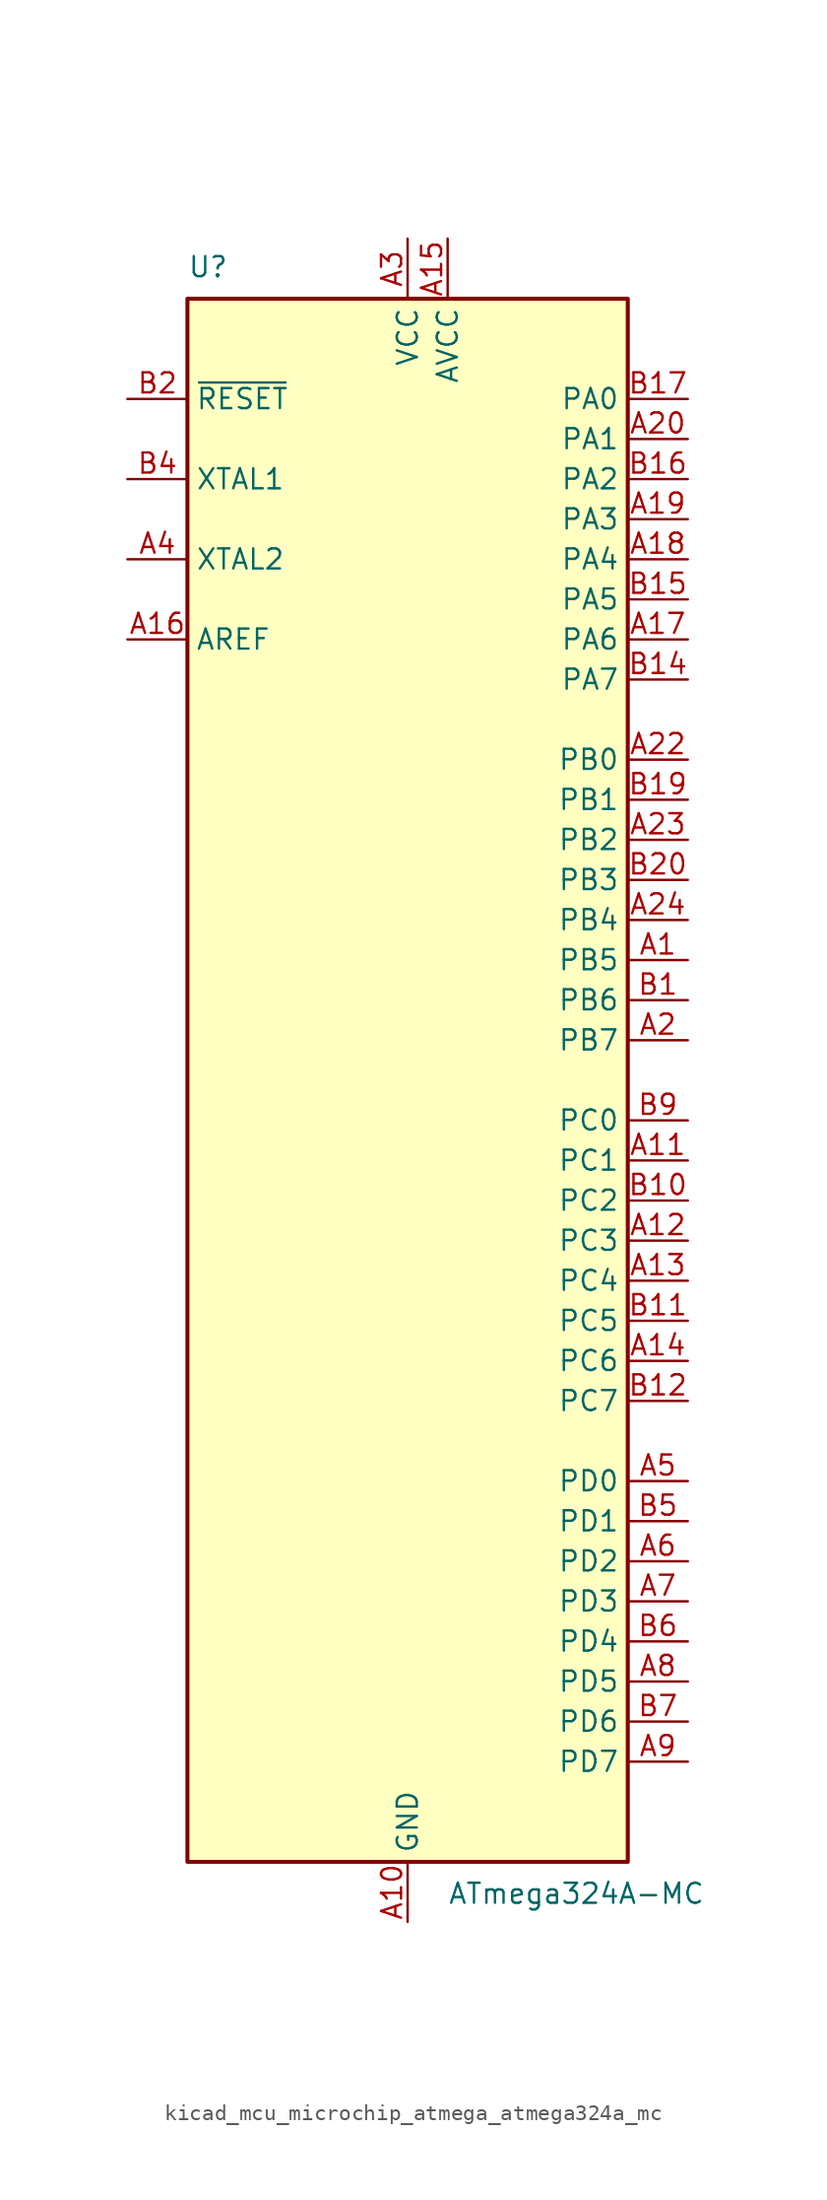
<source format=kicad_sym>
(kicad_symbol_lib
  (version 20220914)
  (generator kicad_symbol_editor)
  (symbol "kicad_mcu_microchip_atmega_atmega324a_mc"
    (property "Reference" "U"
      (at -13.97 50.8 0)
      (effects (font (size 1.27 1.27)) (justify left bottom)))
    (property "Value" "ATmega324A-MC"
      (at 2.54 -50.8 0)
      (effects (font (size 1.27 1.27)) (justify left top)))
    (symbol "kicad_mcu_microchip_atmega_atmega324a_mc_0_1"
      (rectangle (start -13.97 -49.53) (end 13.97 49.53) (stroke (width 0.254) (type default)) (fill (type background))))
    (symbol "kicad_mcu_microchip_atmega_atmega324a_mc_1_1"
      (pin bidirectional line (at 17.78 7.62 180) (length 3.81) (name "PB5" (effects (font (size 1.27 1.27)))) (number "A1" (effects (font (size 1.27 1.27)))))
      (pin power_in line (at 0 -53.34 90) (length 3.81) (name "GND" (effects (font (size 1.27 1.27)))) (number "A10" (effects (font (size 1.27 1.27)))))
      (pin bidirectional line (at 17.78 -5.08 180) (length 3.81) (name "PC1" (effects (font (size 1.27 1.27)))) (number "A11" (effects (font (size 1.27 1.27)))))
      (pin bidirectional line (at 17.78 -10.16 180) (length 3.81) (name "PC3" (effects (font (size 1.27 1.27)))) (number "A12" (effects (font (size 1.27 1.27)))))
      (pin bidirectional line (at 17.78 -12.7 180) (length 3.81) (name "PC4" (effects (font (size 1.27 1.27)))) (number "A13" (effects (font (size 1.27 1.27)))))
      (pin bidirectional line (at 17.78 -17.78 180) (length 3.81) (name "PC6" (effects (font (size 1.27 1.27)))) (number "A14" (effects (font (size 1.27 1.27)))))
      (pin power_in line (at 2.54 53.34 270) (length 3.81) (name "AVCC" (effects (font (size 1.27 1.27)))) (number "A15" (effects (font (size 1.27 1.27)))))
      (pin passive line (at -17.78 27.94 0) (length 3.81) (name "AREF" (effects (font (size 1.27 1.27)))) (number "A16" (effects (font (size 1.27 1.27)))))
      (pin bidirectional line (at 17.78 27.94 180) (length 3.81) (name "PA6" (effects (font (size 1.27 1.27)))) (number "A17" (effects (font (size 1.27 1.27)))))
      (pin bidirectional line (at 17.78 33.02 180) (length 3.81) (name "PA4" (effects (font (size 1.27 1.27)))) (number "A18" (effects (font (size 1.27 1.27)))))
      (pin bidirectional line (at 17.78 35.56 180) (length 3.81) (name "PA3" (effects (font (size 1.27 1.27)))) (number "A19" (effects (font (size 1.27 1.27)))))
      (pin bidirectional line (at 17.78 2.54 180) (length 3.81) (name "PB7" (effects (font (size 1.27 1.27)))) (number "A2" (effects (font (size 1.27 1.27)))))
      (pin bidirectional line (at 17.78 40.64 180) (length 3.81) (name "PA1" (effects (font (size 1.27 1.27)))) (number "A20" (effects (font (size 1.27 1.27)))))
      (pin passive line (at 0 53.34 270) (length 3.81) hide (name "VCC" (effects (font (size 1.27 1.27)))) (number "A21" (effects (font (size 1.27 1.27)))))
      (pin bidirectional line (at 17.78 20.32 180) (length 3.81) (name "PB0" (effects (font (size 1.27 1.27)))) (number "A22" (effects (font (size 1.27 1.27)))))
      (pin bidirectional line (at 17.78 15.24 180) (length 3.81) (name "PB2" (effects (font (size 1.27 1.27)))) (number "A23" (effects (font (size 1.27 1.27)))))
      (pin bidirectional line (at 17.78 10.16 180) (length 3.81) (name "PB4" (effects (font (size 1.27 1.27)))) (number "A24" (effects (font (size 1.27 1.27)))))
      (pin power_in line (at 0 53.34 270) (length 3.81) (name "VCC" (effects (font (size 1.27 1.27)))) (number "A3" (effects (font (size 1.27 1.27)))))
      (pin output line (at -17.78 33.02 0) (length 3.81) (name "XTAL2" (effects (font (size 1.27 1.27)))) (number "A4" (effects (font (size 1.27 1.27)))))
      (pin bidirectional line (at 17.78 -25.4 180) (length 3.81) (name "PD0" (effects (font (size 1.27 1.27)))) (number "A5" (effects (font (size 1.27 1.27)))))
      (pin bidirectional line (at 17.78 -30.48 180) (length 3.81) (name "PD2" (effects (font (size 1.27 1.27)))) (number "A6" (effects (font (size 1.27 1.27)))))
      (pin bidirectional line (at 17.78 -33.02 180) (length 3.81) (name "PD3" (effects (font (size 1.27 1.27)))) (number "A7" (effects (font (size 1.27 1.27)))))
      (pin bidirectional line (at 17.78 -38.1 180) (length 3.81) (name "PD5" (effects (font (size 1.27 1.27)))) (number "A8" (effects (font (size 1.27 1.27)))))
      (pin bidirectional line (at 17.78 -43.18 180) (length 3.81) (name "PD7" (effects (font (size 1.27 1.27)))) (number "A9" (effects (font (size 1.27 1.27)))))
      (pin bidirectional line (at 17.78 5.08 180) (length 3.81) (name "PB6" (effects (font (size 1.27 1.27)))) (number "B1" (effects (font (size 1.27 1.27)))))
      (pin bidirectional line (at 17.78 -7.62 180) (length 3.81) (name "PC2" (effects (font (size 1.27 1.27)))) (number "B10" (effects (font (size 1.27 1.27)))))
      (pin bidirectional line (at 17.78 -15.24 180) (length 3.81) (name "PC5" (effects (font (size 1.27 1.27)))) (number "B11" (effects (font (size 1.27 1.27)))))
      (pin bidirectional line (at 17.78 -20.32 180) (length 3.81) (name "PC7" (effects (font (size 1.27 1.27)))) (number "B12" (effects (font (size 1.27 1.27)))))
      (pin passive line (at 0 -53.34 90) (length 3.81) hide (name "GND" (effects (font (size 1.27 1.27)))) (number "B13" (effects (font (size 1.27 1.27)))))
      (pin bidirectional line (at 17.78 25.4 180) (length 3.81) (name "PA7" (effects (font (size 1.27 1.27)))) (number "B14" (effects (font (size 1.27 1.27)))))
      (pin bidirectional line (at 17.78 30.48 180) (length 3.81) (name "PA5" (effects (font (size 1.27 1.27)))) (number "B15" (effects (font (size 1.27 1.27)))))
      (pin bidirectional line (at 17.78 38.1 180) (length 3.81) (name "PA2" (effects (font (size 1.27 1.27)))) (number "B16" (effects (font (size 1.27 1.27)))))
      (pin bidirectional line (at 17.78 43.18 180) (length 3.81) (name "PA0" (effects (font (size 1.27 1.27)))) (number "B17" (effects (font (size 1.27 1.27)))))
      (pin passive line (at 0 -53.34 90) (length 3.81) hide (name "GND" (effects (font (size 1.27 1.27)))) (number "B18" (effects (font (size 1.27 1.27)))))
      (pin bidirectional line (at 17.78 17.78 180) (length 3.81) (name "PB1" (effects (font (size 1.27 1.27)))) (number "B19" (effects (font (size 1.27 1.27)))))
      (pin input line (at -17.78 43.18 0) (length 3.81) (name "~{RESET}" (effects (font (size 1.27 1.27)))) (number "B2" (effects (font (size 1.27 1.27)))))
      (pin bidirectional line (at 17.78 12.7 180) (length 3.81) (name "PB3" (effects (font (size 1.27 1.27)))) (number "B20" (effects (font (size 1.27 1.27)))))
      (pin passive line (at 0 -53.34 90) (length 3.81) hide (name "GND" (effects (font (size 1.27 1.27)))) (number "B3" (effects (font (size 1.27 1.27)))))
      (pin input line (at -17.78 38.1 0) (length 3.81) (name "XTAL1" (effects (font (size 1.27 1.27)))) (number "B4" (effects (font (size 1.27 1.27)))))
      (pin bidirectional line (at 17.78 -27.94 180) (length 3.81) (name "PD1" (effects (font (size 1.27 1.27)))) (number "B5" (effects (font (size 1.27 1.27)))))
      (pin bidirectional line (at 17.78 -35.56 180) (length 3.81) (name "PD4" (effects (font (size 1.27 1.27)))) (number "B6" (effects (font (size 1.27 1.27)))))
      (pin bidirectional line (at 17.78 -40.64 180) (length 3.81) (name "PD6" (effects (font (size 1.27 1.27)))) (number "B7" (effects (font (size 1.27 1.27)))))
      (pin passive line (at 0 53.34 270) (length 3.81) hide (name "VCC" (effects (font (size 1.27 1.27)))) (number "B8" (effects (font (size 1.27 1.27)))))
      (pin bidirectional line (at 17.78 -2.54 180) (length 3.81) (name "PC0" (effects (font (size 1.27 1.27)))) (number "B9" (effects (font (size 1.27 1.27)))))
      (pin passive line (at 0 -53.34 90) (length 3.81) hide (name "GND" (effects (font (size 1.27 1.27)))) (number "EP" (effects (font (size 1.27 1.27))))))))
</source>
